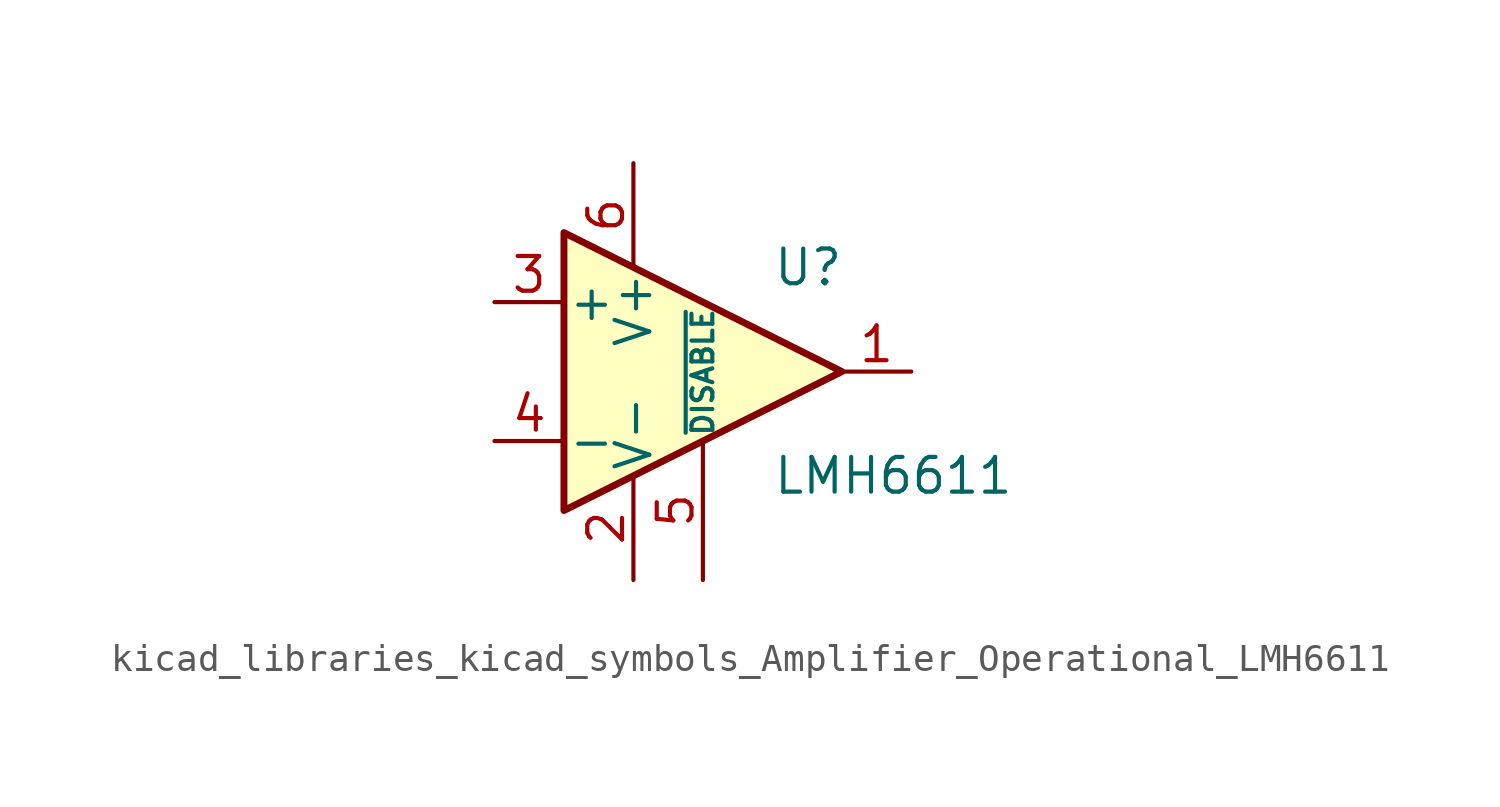
<source format=kicad_sym>
(kicad_symbol_lib
  (version 20220914)
  (generator kicad_symbol_editor)
  (symbol "kicad_libraries_kicad_symbols_Amplifier_Operational_LMH6611"
    (pin_names
      (offset 0.127))
    (property "Reference" "U"
      (at 2.54 3.81 0)
      (effects (font (size 1.27 1.27)) (justify left)))
    (property "Value" "LMH6611"
      (at 2.54 -3.81 0)
      (effects (font (size 1.27 1.27)) (justify left)))
    (symbol "kicad_libraries_kicad_symbols_Amplifier_Operational_LMH6611_0_1"
      (polyline (pts (xy -5.08 5.08) (xy 5.08 0) (xy -5.08 -5.08) (xy -5.08 5.08)) (stroke (width 0.254) (type default)) (fill (type background))))
    (symbol "kicad_libraries_kicad_symbols_Amplifier_Operational_LMH6611_1_1"
      (pin output line (at 7.62 0 180) (length 2.54) (name "~" (effects (font (size 1.27 1.27)))) (number "1" (effects (font (size 1.27 1.27)))))
      (pin power_in line (at -2.54 -7.62 90) (length 3.81) (name "V-" (effects (font (size 1.27 1.27)))) (number "2" (effects (font (size 1.27 1.27)))))
      (pin input line (at -7.62 2.54 0) (length 2.54) (name "+" (effects (font (size 1.27 1.27)))) (number "3" (effects (font (size 1.27 1.27)))))
      (pin input line (at -7.62 -2.54 0) (length 2.54) (name "-" (effects (font (size 1.27 1.27)))) (number "4" (effects (font (size 1.27 1.27)))))
      (pin input line (at 0 -7.62 90) (length 5.08) (name "~{DISABLE}" (effects (font (size 0.762 0.762)))) (number "5" (effects (font (size 1.27 1.27)))))
      (pin power_in line (at -2.54 7.62 270) (length 3.81) (name "V+" (effects (font (size 1.27 1.27)))) (number "6" (effects (font (size 1.27 1.27))))))))
</source>
